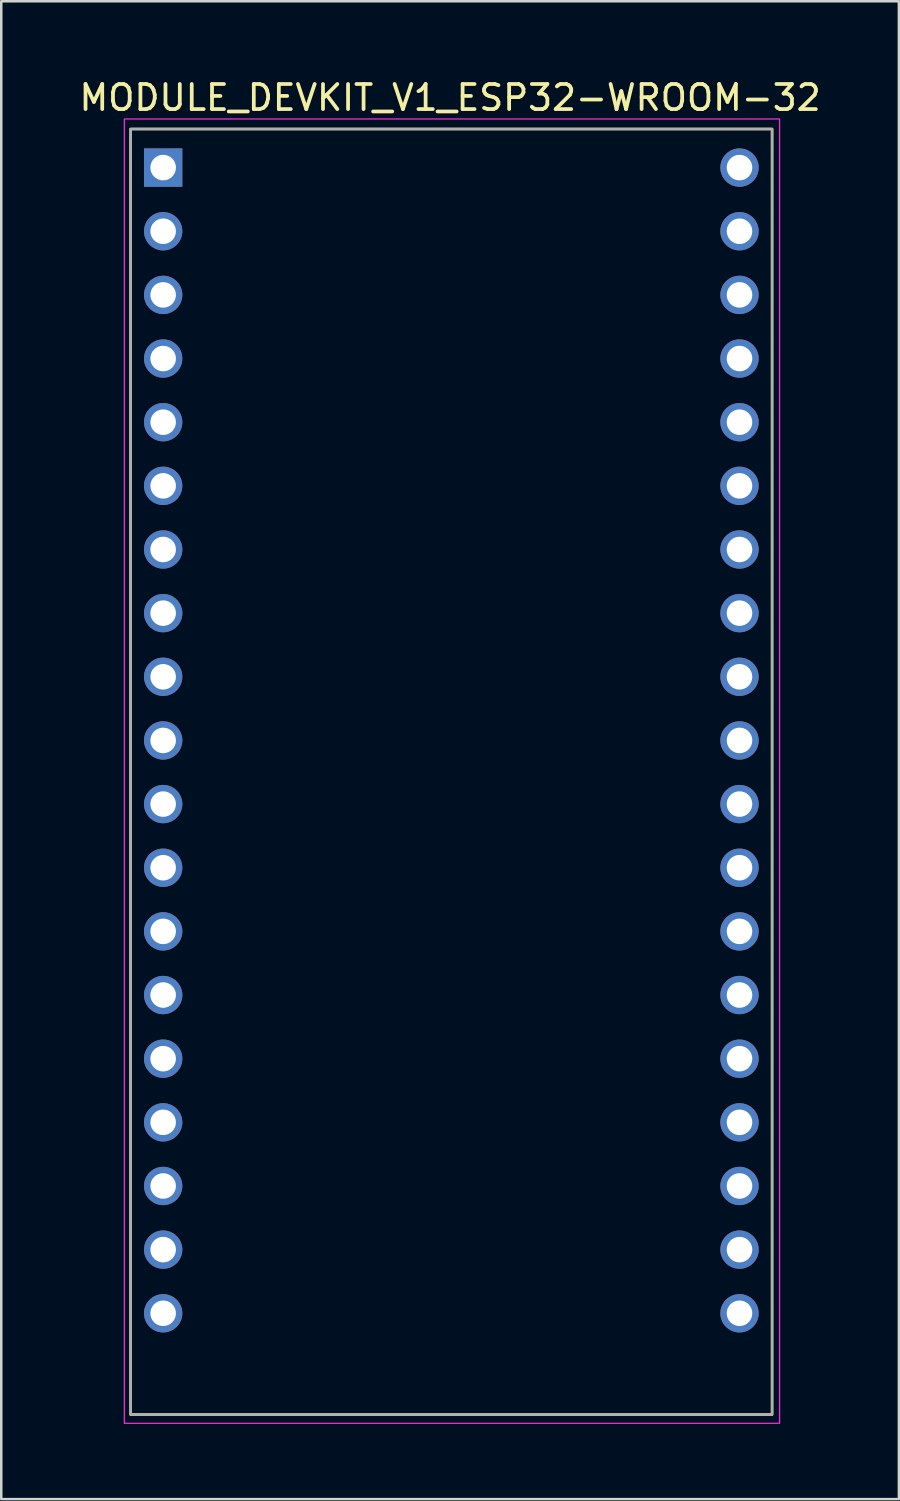
<source format=kicad_pcb>
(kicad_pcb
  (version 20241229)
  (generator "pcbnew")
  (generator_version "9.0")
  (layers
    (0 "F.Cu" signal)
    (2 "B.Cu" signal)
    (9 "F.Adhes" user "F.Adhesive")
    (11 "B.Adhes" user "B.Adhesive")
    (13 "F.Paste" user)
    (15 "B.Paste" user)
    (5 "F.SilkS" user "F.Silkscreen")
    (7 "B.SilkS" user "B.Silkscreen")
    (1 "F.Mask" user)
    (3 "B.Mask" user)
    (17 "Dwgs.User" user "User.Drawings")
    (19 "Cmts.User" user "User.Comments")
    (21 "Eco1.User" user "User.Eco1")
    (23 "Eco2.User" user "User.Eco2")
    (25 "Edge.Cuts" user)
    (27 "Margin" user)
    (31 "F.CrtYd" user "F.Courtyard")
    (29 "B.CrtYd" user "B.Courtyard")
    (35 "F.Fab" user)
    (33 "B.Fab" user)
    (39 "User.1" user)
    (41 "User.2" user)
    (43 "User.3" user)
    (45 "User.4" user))
  (footprint "MODULE_DEVKIT_V1_ESP32-WROOM-32"
    (layer "F.Cu")
    (at 14.961 23.198)
    (property "Reference" "MODULE_DEVKIT_V1_ESP32-WROOM-32" (at -0.05 -22.35 0) (layer "F.SilkS") (effects (font (size 1 1) (thickness 0.15))))
    (attr through_hole)
    (fp_rect (start -12.8 -21.1) (end 12.8 30.2) (stroke (width 0.1) (type solid)) (fill no) (layer "F.SilkS"))
    (fp_rect (start -13.05 -21.5) (end 13.1 30.55) (stroke (width 0.05) (type default)) (fill no) (layer "F.CrtYd"))
    (fp_rect (start -12.8 -21.1) (end 12.8 30.2) (stroke (width 0.1) (type default)) (fill no) (layer "F.Fab"))
    (pad "1" thru_hole rect (at -11.5 -19.56) (size 1.53 1.53) (drill 1.02) (layers "*.Cu" "*.Mask"))
    (pad "2" thru_hole circle (at -11.5 -17.02) (size 1.53 1.53) (drill 1.02) (layers "*.Cu" "*.Mask"))
    (pad "3" thru_hole circle (at -11.5 -14.48) (size 1.53 1.53) (drill 1.02) (layers "*.Cu" "*.Mask"))
    (pad "4" thru_hole circle (at -11.5 -11.94) (size 1.53 1.53) (drill 1.02) (layers "*.Cu" "*.Mask"))
    (pad "5" thru_hole circle (at -11.5 -9.4) (size 1.53 1.53) (drill 1.02) (layers "*.Cu" "*.Mask"))
    (pad "6" thru_hole circle (at -11.5 -6.86) (size 1.53 1.53) (drill 1.02) (layers "*.Cu" "*.Mask"))
    (pad "7" thru_hole circle (at -11.5 -4.32) (size 1.53 1.53) (drill 1.02) (layers "*.Cu" "*.Mask"))
    (pad "8" thru_hole circle (at -11.5 -1.78) (size 1.53 1.53) (drill 1.02) (layers "*.Cu" "*.Mask"))
    (pad "9" thru_hole circle (at -11.5 0.76) (size 1.53 1.53) (drill 1.02) (layers "*.Cu" "*.Mask"))
    (pad "10" thru_hole circle (at -11.5 3.3) (size 1.53 1.53) (drill 1.02) (layers "*.Cu" "*.Mask"))
    (pad "11" thru_hole circle (at -11.5 5.84) (size 1.53 1.53) (drill 1.02) (layers "*.Cu" "*.Mask"))
    (pad "12" thru_hole circle (at -11.5 8.38) (size 1.53 1.53) (drill 1.02) (layers "*.Cu" "*.Mask"))
    (pad "13" thru_hole circle (at -11.5 10.92) (size 1.53 1.53) (drill 1.02) (layers "*.Cu" "*.Mask"))
    (pad "14" thru_hole circle (at -11.5 13.46) (size 1.53 1.53) (drill 1.02) (layers "*.Cu" "*.Mask"))
    (pad "15" thru_hole circle (at -11.5 16) (size 1.53 1.53) (drill 1.02) (layers "*.Cu" "*.Mask"))
    (pad "16" thru_hole circle (at -11.5 18.54) (size 1.53 1.53) (drill 1.02) (layers "*.Cu" "*.Mask"))
    (pad "17" thru_hole circle (at -11.5 21.08) (size 1.53 1.53) (drill 1.02) (layers "*.Cu" "*.Mask"))
    (pad "18" thru_hole circle (at -11.5 23.62) (size 1.53 1.53) (drill 1.02) (layers "*.Cu" "*.Mask"))
    (pad "19" thru_hole circle (at -11.5 26.16) (size 1.53 1.53) (drill 1.02) (layers "*.Cu" "*.Mask"))
    (pad "20" thru_hole circle (at 11.5 26.16) (size 1.53 1.53) (drill 1.02) (layers "*.Cu" "*.Mask"))
    (pad "21" thru_hole circle (at 11.5 23.62) (size 1.53 1.53) (drill 1.02) (layers "*.Cu" "*.Mask"))
    (pad "22" thru_hole circle (at 11.5 21.08) (size 1.53 1.53) (drill 1.02) (layers "*.Cu" "*.Mask"))
    (pad "23" thru_hole circle (at 11.5 18.54) (size 1.53 1.53) (drill 1.02) (layers "*.Cu" "*.Mask"))
    (pad "24" thru_hole circle (at 11.5 16) (size 1.53 1.53) (drill 1.02) (layers "*.Cu" "*.Mask"))
    (pad "25" thru_hole circle (at 11.5 13.46) (size 1.53 1.53) (drill 1.02) (layers "*.Cu" "*.Mask"))
    (pad "26" thru_hole circle (at 11.5 10.92) (size 1.53 1.53) (drill 1.02) (layers "*.Cu" "*.Mask"))
    (pad "27" thru_hole circle (at 11.5 8.38) (size 1.53 1.53) (drill 1.02) (layers "*.Cu" "*.Mask"))
    (pad "28" thru_hole circle (at 11.5 5.84) (size 1.53 1.53) (drill 1.02) (layers "*.Cu" "*.Mask"))
    (pad "29" thru_hole circle (at 11.5 3.3) (size 1.53 1.53) (drill 1.02) (layers "*.Cu" "*.Mask"))
    (pad "30" thru_hole circle (at 11.5 0.76) (size 1.53 1.53) (drill 1.02) (layers "*.Cu" "*.Mask"))
    (pad "31" thru_hole circle (at 11.5 -1.78) (size 1.53 1.53) (drill 1.02) (layers "*.Cu" "*.Mask"))
    (pad "32" thru_hole circle (at 11.5 -4.32) (size 1.53 1.53) (drill 1.02) (layers "*.Cu" "*.Mask"))
    (pad "33" thru_hole circle (at 11.5 -6.86) (size 1.53 1.53) (drill 1.02) (layers "*.Cu" "*.Mask"))
    (pad "34" thru_hole circle (at 11.5 -9.4) (size 1.53 1.53) (drill 1.02) (layers "*.Cu" "*.Mask"))
    (pad "35" thru_hole circle (at 11.5 -11.94) (size 1.53 1.53) (drill 1.02) (layers "*.Cu" "*.Mask"))
    (pad "36" thru_hole circle (at 11.5 -14.48) (size 1.53 1.53) (drill 1.02) (layers "*.Cu" "*.Mask"))
    (pad "37" thru_hole circle (at 11.5 -17.02) (size 1.53 1.53) (drill 1.02) (layers "*.Cu" "*.Mask"))
    (pad "38" thru_hole circle (at 11.5 -19.56) (size 1.53 1.53) (drill 1.02) (layers "*.Cu" "*.Mask")))
  (gr_rect
    (start -3 -3)
    (end 32.821 56.773)
    (stroke (width 0.1) (type default))
    (fill no)
    (layer "Edge.Cuts")))
</source>
